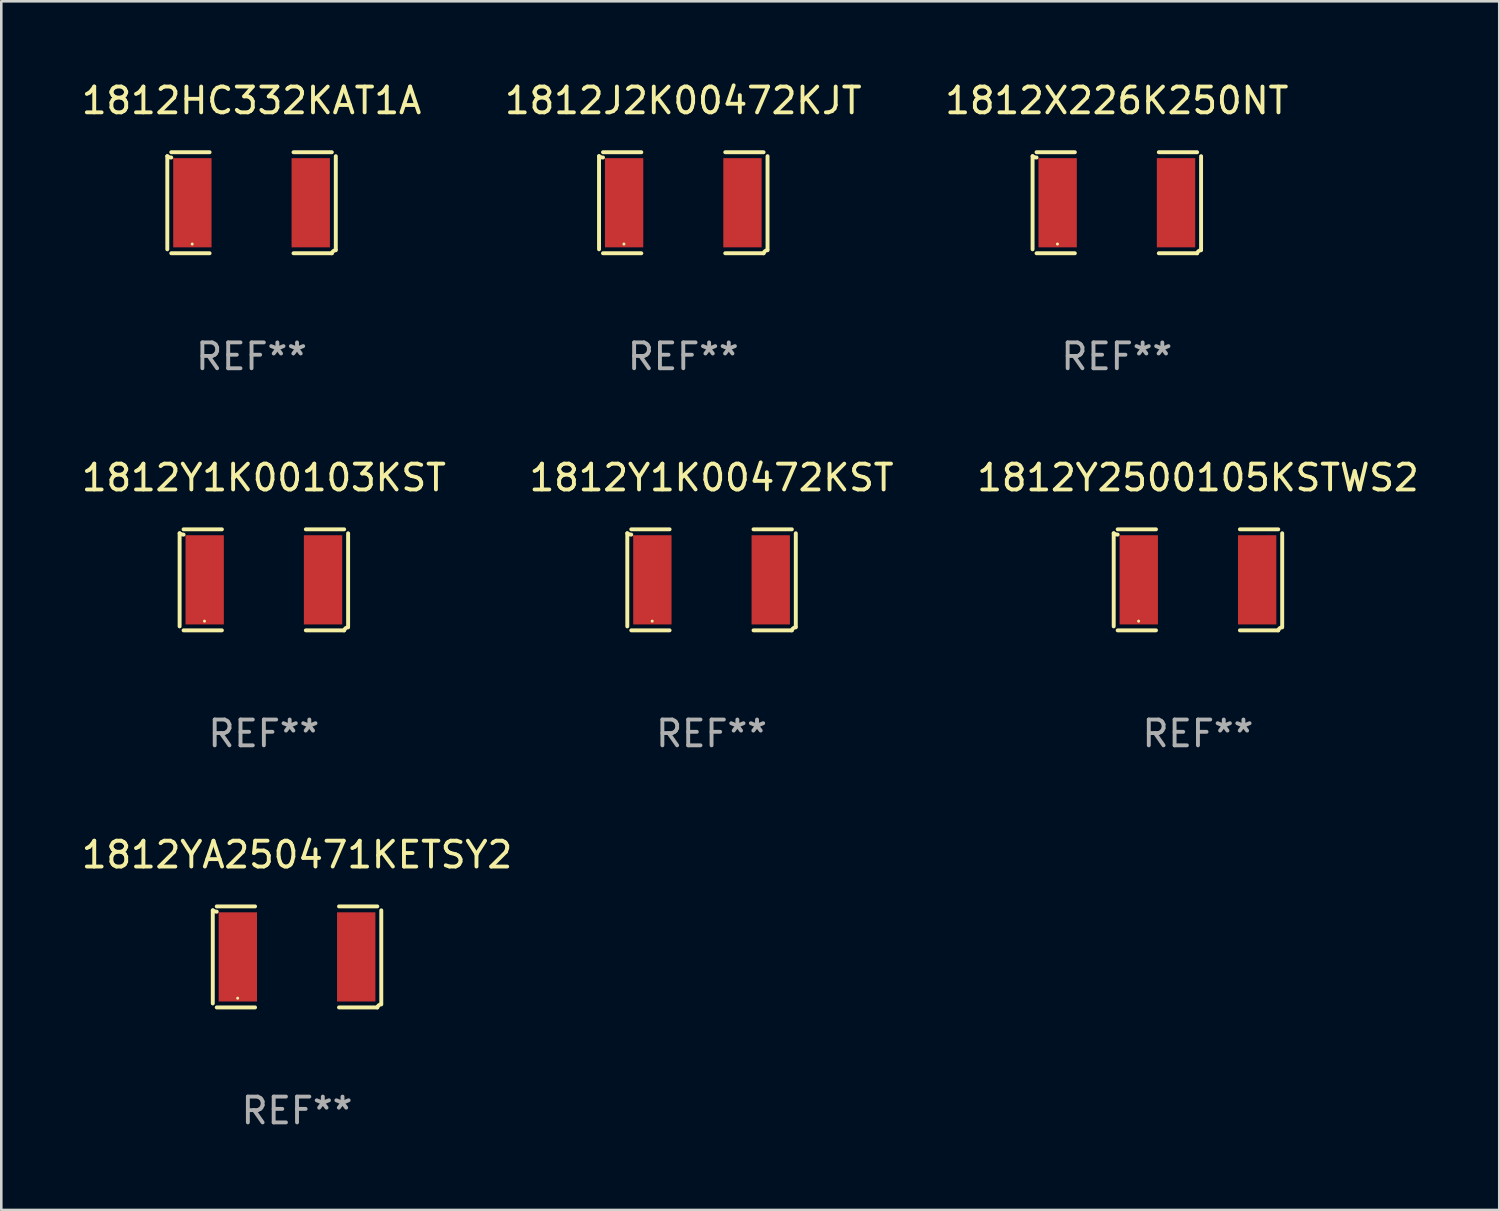
<source format=kicad_pcb>
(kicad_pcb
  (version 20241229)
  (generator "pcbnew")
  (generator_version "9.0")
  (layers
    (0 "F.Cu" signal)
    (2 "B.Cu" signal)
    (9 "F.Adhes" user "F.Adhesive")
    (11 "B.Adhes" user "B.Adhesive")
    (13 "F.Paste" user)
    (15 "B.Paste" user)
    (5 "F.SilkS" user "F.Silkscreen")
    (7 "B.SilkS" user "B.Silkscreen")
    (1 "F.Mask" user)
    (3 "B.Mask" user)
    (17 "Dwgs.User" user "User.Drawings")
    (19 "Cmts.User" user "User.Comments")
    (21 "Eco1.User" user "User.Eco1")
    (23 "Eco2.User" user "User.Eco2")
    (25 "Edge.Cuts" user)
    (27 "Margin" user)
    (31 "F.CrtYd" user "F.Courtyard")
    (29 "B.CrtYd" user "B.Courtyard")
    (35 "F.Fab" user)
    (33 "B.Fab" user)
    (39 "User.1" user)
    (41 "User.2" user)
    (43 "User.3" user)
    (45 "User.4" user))
  (footprint "1812Y1K00472KST"
    (layer "F.Cu")
    (at 24.518 19.415)
    (property "Reference" "1812Y1K00472KST" (at 0 -3.957 0) (layer "F.SilkS") (effects (font (size 1 1) (thickness 0.15))))
    (attr through_hole)
    (fp_line (start -3.264 1.804) (end -3.264 -1.804) (stroke (width 0.152) (type solid)) (layer "F.SilkS"))
    (fp_line (start -3.111 -1.957) (end -1.626 -1.957) (stroke (width 0.152) (type solid)) (layer "F.SilkS"))
    (fp_line (start -1.626 1.957) (end -3.111 1.957) (stroke (width 0.152) (type solid)) (layer "F.SilkS"))
    (fp_line (start 1.626 1.957) (end 3.111 1.957) (stroke (width 0.152) (type solid)) (layer "F.SilkS"))
    (fp_line (start 3.111 -1.957) (end 1.626 -1.957) (stroke (width 0.152) (type solid)) (layer "F.SilkS"))
    (fp_line (start 3.264 1.804) (end 3.264 -1.804) (stroke (width 0.152) (type solid)) (layer "F.SilkS"))
    (fp_arc (start -3.111202 -1.752192) (mid -3.191715 -1.76555) (end -3.263602 -1.804191) (stroke (width 0.1524) (type solid)) (layer "F.SilkS"))
    (fp_arc (start 3.111201 1.956591) (mid 3.167789 1.872777) (end 3.263602 1.840424) (stroke (width 0.1524) (type solid)) (layer "F.SilkS"))
    (fp_circle (center -2.3 1.6) (end -2.27 1.6) (stroke (width 0.06) (type solid)) (fill no) (layer "F.SilkS"))
    (fp_text user "REF**" (at 0 5.957 0) (layer "F.Fab") (effects (font (size 1 1) (thickness 0.15))))
    (pad "1" smd rect (at -2.293 0) (size 1.485 3.456) (layers "F.Cu" "F.Mask" "F.Paste"))
    (pad "2" smd rect (at 2.293 0) (size 1.485 3.456) (layers "F.Cu" "F.Mask" "F.Paste")))
  (footprint "1812X226K250NT"
    (layer "F.Cu")
    (at 40.22 4.805)
    (property "Reference" "1812X226K250NT" (at 0 -3.957 0) (layer "F.SilkS") (effects (font (size 1 1) (thickness 0.15))))
    (attr through_hole)
    (fp_line (start -3.264 1.804) (end -3.264 -1.804) (stroke (width 0.152) (type solid)) (layer "F.SilkS"))
    (fp_line (start -3.111 -1.957) (end -1.626 -1.957) (stroke (width 0.152) (type solid)) (layer "F.SilkS"))
    (fp_line (start -1.626 1.957) (end -3.111 1.957) (stroke (width 0.152) (type solid)) (layer "F.SilkS"))
    (fp_line (start 1.626 1.957) (end 3.111 1.957) (stroke (width 0.152) (type solid)) (layer "F.SilkS"))
    (fp_line (start 3.111 -1.957) (end 1.626 -1.957) (stroke (width 0.152) (type solid)) (layer "F.SilkS"))
    (fp_line (start 3.264 1.804) (end 3.264 -1.804) (stroke (width 0.152) (type solid)) (layer "F.SilkS"))
    (fp_arc (start -3.111202 -1.752192) (mid -3.191715 -1.76555) (end -3.263602 -1.804191) (stroke (width 0.1524) (type solid)) (layer "F.SilkS"))
    (fp_arc (start 3.111201 1.956591) (mid 3.167789 1.872777) (end 3.263602 1.840424) (stroke (width 0.1524) (type solid)) (layer "F.SilkS"))
    (fp_circle (center -2.3 1.6) (end -2.27 1.6) (stroke (width 0.06) (type solid)) (fill no) (layer "F.SilkS"))
    (fp_text user "REF**" (at 0 5.957 0) (layer "F.Fab") (effects (font (size 1 1) (thickness 0.15))))
    (pad "1" smd rect (at -2.293 0) (size 1.485 3.456) (layers "F.Cu" "F.Mask" "F.Paste"))
    (pad "2" smd rect (at 2.293 0) (size 1.485 3.456) (layers "F.Cu" "F.Mask" "F.Paste")))
  (footprint "1812Y1K00103KST"
    (layer "F.Cu")
    (at 7.173 19.415)
    (property "Reference" "1812Y1K00103KST" (at 0 -3.957 0) (layer "F.SilkS") (effects (font (size 1 1) (thickness 0.15))))
    (attr through_hole)
    (fp_line (start -3.264 1.804) (end -3.264 -1.804) (stroke (width 0.152) (type solid)) (layer "F.SilkS"))
    (fp_line (start -3.111 -1.957) (end -1.626 -1.957) (stroke (width 0.152) (type solid)) (layer "F.SilkS"))
    (fp_line (start -1.626 1.957) (end -3.111 1.957) (stroke (width 0.152) (type solid)) (layer "F.SilkS"))
    (fp_line (start 1.626 1.957) (end 3.111 1.957) (stroke (width 0.152) (type solid)) (layer "F.SilkS"))
    (fp_line (start 3.111 -1.957) (end 1.626 -1.957) (stroke (width 0.152) (type solid)) (layer "F.SilkS"))
    (fp_line (start 3.264 1.804) (end 3.264 -1.804) (stroke (width 0.152) (type solid)) (layer "F.SilkS"))
    (fp_arc (start -3.111202 -1.752192) (mid -3.191715 -1.76555) (end -3.263602 -1.804191) (stroke (width 0.1524) (type solid)) (layer "F.SilkS"))
    (fp_arc (start 3.111201 1.956591) (mid 3.167789 1.872777) (end 3.263602 1.840424) (stroke (width 0.1524) (type solid)) (layer "F.SilkS"))
    (fp_circle (center -2.3 1.6) (end -2.27 1.6) (stroke (width 0.06) (type solid)) (fill no) (layer "F.SilkS"))
    (fp_text user "REF**" (at 0 5.957 0) (layer "F.Fab") (effects (font (size 1 1) (thickness 0.15))))
    (pad "1" smd rect (at -2.293 0) (size 1.485 3.456) (layers "F.Cu" "F.Mask" "F.Paste"))
    (pad "2" smd rect (at 2.293 0) (size 1.485 3.456) (layers "F.Cu" "F.Mask" "F.Paste")))
  (footprint "1812HC332KAT1A"
    (layer "F.Cu")
    (at 6.696 4.805)
    (property "Reference" "1812HC332KAT1A" (at 0 -3.957 0) (layer "F.SilkS") (effects (font (size 1 1) (thickness 0.15))))
    (attr through_hole)
    (fp_line (start -3.264 1.804) (end -3.264 -1.804) (stroke (width 0.152) (type solid)) (layer "F.SilkS"))
    (fp_line (start -3.111 -1.957) (end -1.626 -1.957) (stroke (width 0.152) (type solid)) (layer "F.SilkS"))
    (fp_line (start -1.626 1.957) (end -3.111 1.957) (stroke (width 0.152) (type solid)) (layer "F.SilkS"))
    (fp_line (start 1.626 1.957) (end 3.111 1.957) (stroke (width 0.152) (type solid)) (layer "F.SilkS"))
    (fp_line (start 3.111 -1.957) (end 1.626 -1.957) (stroke (width 0.152) (type solid)) (layer "F.SilkS"))
    (fp_line (start 3.264 1.804) (end 3.264 -1.804) (stroke (width 0.152) (type solid)) (layer "F.SilkS"))
    (fp_arc (start -3.111202 -1.752192) (mid -3.191715 -1.76555) (end -3.263602 -1.804191) (stroke (width 0.1524) (type solid)) (layer "F.SilkS"))
    (fp_arc (start 3.111201 1.956591) (mid 3.167789 1.872777) (end 3.263602 1.840424) (stroke (width 0.1524) (type solid)) (layer "F.SilkS"))
    (fp_circle (center -2.3 1.6) (end -2.27 1.6) (stroke (width 0.06) (type solid)) (fill no) (layer "F.SilkS"))
    (fp_text user "REF**" (at 0 5.957 0) (layer "F.Fab") (effects (font (size 1 1) (thickness 0.15))))
    (pad "1" smd rect (at -2.293 0) (size 1.485 3.456) (layers "F.Cu" "F.Mask" "F.Paste"))
    (pad "2" smd rect (at 2.293 0) (size 1.485 3.456) (layers "F.Cu" "F.Mask" "F.Paste")))
  (footprint "1812J2K00472KJT"
    (layer "F.Cu")
    (at 23.423 4.805)
    (property "Reference" "1812J2K00472KJT" (at 0 -3.957 0) (layer "F.SilkS") (effects (font (size 1 1) (thickness 0.15))))
    (attr through_hole)
    (fp_line (start -3.264 1.804) (end -3.264 -1.804) (stroke (width 0.152) (type solid)) (layer "F.SilkS"))
    (fp_line (start -3.111 -1.957) (end -1.626 -1.957) (stroke (width 0.152) (type solid)) (layer "F.SilkS"))
    (fp_line (start -1.626 1.957) (end -3.111 1.957) (stroke (width 0.152) (type solid)) (layer "F.SilkS"))
    (fp_line (start 1.626 1.957) (end 3.111 1.957) (stroke (width 0.152) (type solid)) (layer "F.SilkS"))
    (fp_line (start 3.111 -1.957) (end 1.626 -1.957) (stroke (width 0.152) (type solid)) (layer "F.SilkS"))
    (fp_line (start 3.264 1.804) (end 3.264 -1.804) (stroke (width 0.152) (type solid)) (layer "F.SilkS"))
    (fp_arc (start -3.111202 -1.752192) (mid -3.191715 -1.76555) (end -3.263602 -1.804191) (stroke (width 0.1524) (type solid)) (layer "F.SilkS"))
    (fp_arc (start 3.111201 1.956591) (mid 3.167789 1.872777) (end 3.263602 1.840424) (stroke (width 0.1524) (type solid)) (layer "F.SilkS"))
    (fp_circle (center -2.3 1.6) (end -2.27 1.6) (stroke (width 0.06) (type solid)) (fill no) (layer "F.SilkS"))
    (fp_text user "REF**" (at 0 5.957 0) (layer "F.Fab") (effects (font (size 1 1) (thickness 0.15))))
    (pad "1" smd rect (at -2.293 0) (size 1.485 3.456) (layers "F.Cu" "F.Mask" "F.Paste"))
    (pad "2" smd rect (at 2.293 0) (size 1.485 3.456) (layers "F.Cu" "F.Mask" "F.Paste")))
  (footprint "1812YA250471KETSY2"
    (layer "F.Cu")
    (at 8.458 34.024)
    (property "Reference" "1812YA250471KETSY2" (at 0 -3.957 0) (layer "F.SilkS") (effects (font (size 1 1) (thickness 0.15))))
    (attr through_hole)
    (fp_line (start -3.264 1.804) (end -3.264 -1.804) (stroke (width 0.152) (type solid)) (layer "F.SilkS"))
    (fp_line (start -3.111 -1.957) (end -1.626 -1.957) (stroke (width 0.152) (type solid)) (layer "F.SilkS"))
    (fp_line (start -1.626 1.957) (end -3.111 1.957) (stroke (width 0.152) (type solid)) (layer "F.SilkS"))
    (fp_line (start 1.626 1.957) (end 3.111 1.957) (stroke (width 0.152) (type solid)) (layer "F.SilkS"))
    (fp_line (start 3.111 -1.957) (end 1.626 -1.957) (stroke (width 0.152) (type solid)) (layer "F.SilkS"))
    (fp_line (start 3.264 1.804) (end 3.264 -1.804) (stroke (width 0.152) (type solid)) (layer "F.SilkS"))
    (fp_arc (start -3.111202 -1.752192) (mid -3.191715 -1.76555) (end -3.263602 -1.804191) (stroke (width 0.1524) (type solid)) (layer "F.SilkS"))
    (fp_arc (start 3.111201 1.956591) (mid 3.167789 1.872777) (end 3.263602 1.840424) (stroke (width 0.1524) (type solid)) (layer "F.SilkS"))
    (fp_circle (center -2.3 1.6) (end -2.27 1.6) (stroke (width 0.06) (type solid)) (fill no) (layer "F.SilkS"))
    (fp_text user "REF**" (at 0 5.957 0) (layer "F.Fab") (effects (font (size 1 1) (thickness 0.15))))
    (pad "1" smd rect (at -2.293 0) (size 1.485 3.456) (layers "F.Cu" "F.Mask" "F.Paste"))
    (pad "2" smd rect (at 2.293 0) (size 1.485 3.456) (layers "F.Cu" "F.Mask" "F.Paste")))
  (footprint "1812Y2500105KSTWS2"
    (layer "F.Cu")
    (at 43.363 19.415)
    (property "Reference" "1812Y2500105KSTWS2" (at 0 -3.957 0) (layer "F.SilkS") (effects (font (size 1 1) (thickness 0.15))))
    (attr through_hole)
    (fp_line (start -3.264 1.804) (end -3.264 -1.804) (stroke (width 0.152) (type solid)) (layer "F.SilkS"))
    (fp_line (start -3.111 -1.957) (end -1.626 -1.957) (stroke (width 0.152) (type solid)) (layer "F.SilkS"))
    (fp_line (start -1.626 1.957) (end -3.111 1.957) (stroke (width 0.152) (type solid)) (layer "F.SilkS"))
    (fp_line (start 1.626 1.957) (end 3.111 1.957) (stroke (width 0.152) (type solid)) (layer "F.SilkS"))
    (fp_line (start 3.111 -1.957) (end 1.626 -1.957) (stroke (width 0.152) (type solid)) (layer "F.SilkS"))
    (fp_line (start 3.264 1.804) (end 3.264 -1.804) (stroke (width 0.152) (type solid)) (layer "F.SilkS"))
    (fp_arc (start -3.111202 -1.752192) (mid -3.191715 -1.76555) (end -3.263602 -1.804191) (stroke (width 0.1524) (type solid)) (layer "F.SilkS"))
    (fp_arc (start 3.111201 1.956591) (mid 3.167789 1.872777) (end 3.263602 1.840424) (stroke (width 0.1524) (type solid)) (layer "F.SilkS"))
    (fp_circle (center -2.3 1.6) (end -2.27 1.6) (stroke (width 0.06) (type solid)) (fill no) (layer "F.SilkS"))
    (fp_text user "REF**" (at 0 5.957 0) (layer "F.Fab") (effects (font (size 1 1) (thickness 0.15))))
    (pad "1" smd rect (at -2.293 0) (size 1.485 3.456) (layers "F.Cu" "F.Mask" "F.Paste"))
    (pad "2" smd rect (at 2.293 0) (size 1.485 3.456) (layers "F.Cu" "F.Mask" "F.Paste")))
  (gr_rect
    (start -3 -3)
    (end 55.036 43.829)
    (stroke (width 0.1) (type default))
    (fill no)
    (layer "Edge.Cuts")))
</source>
